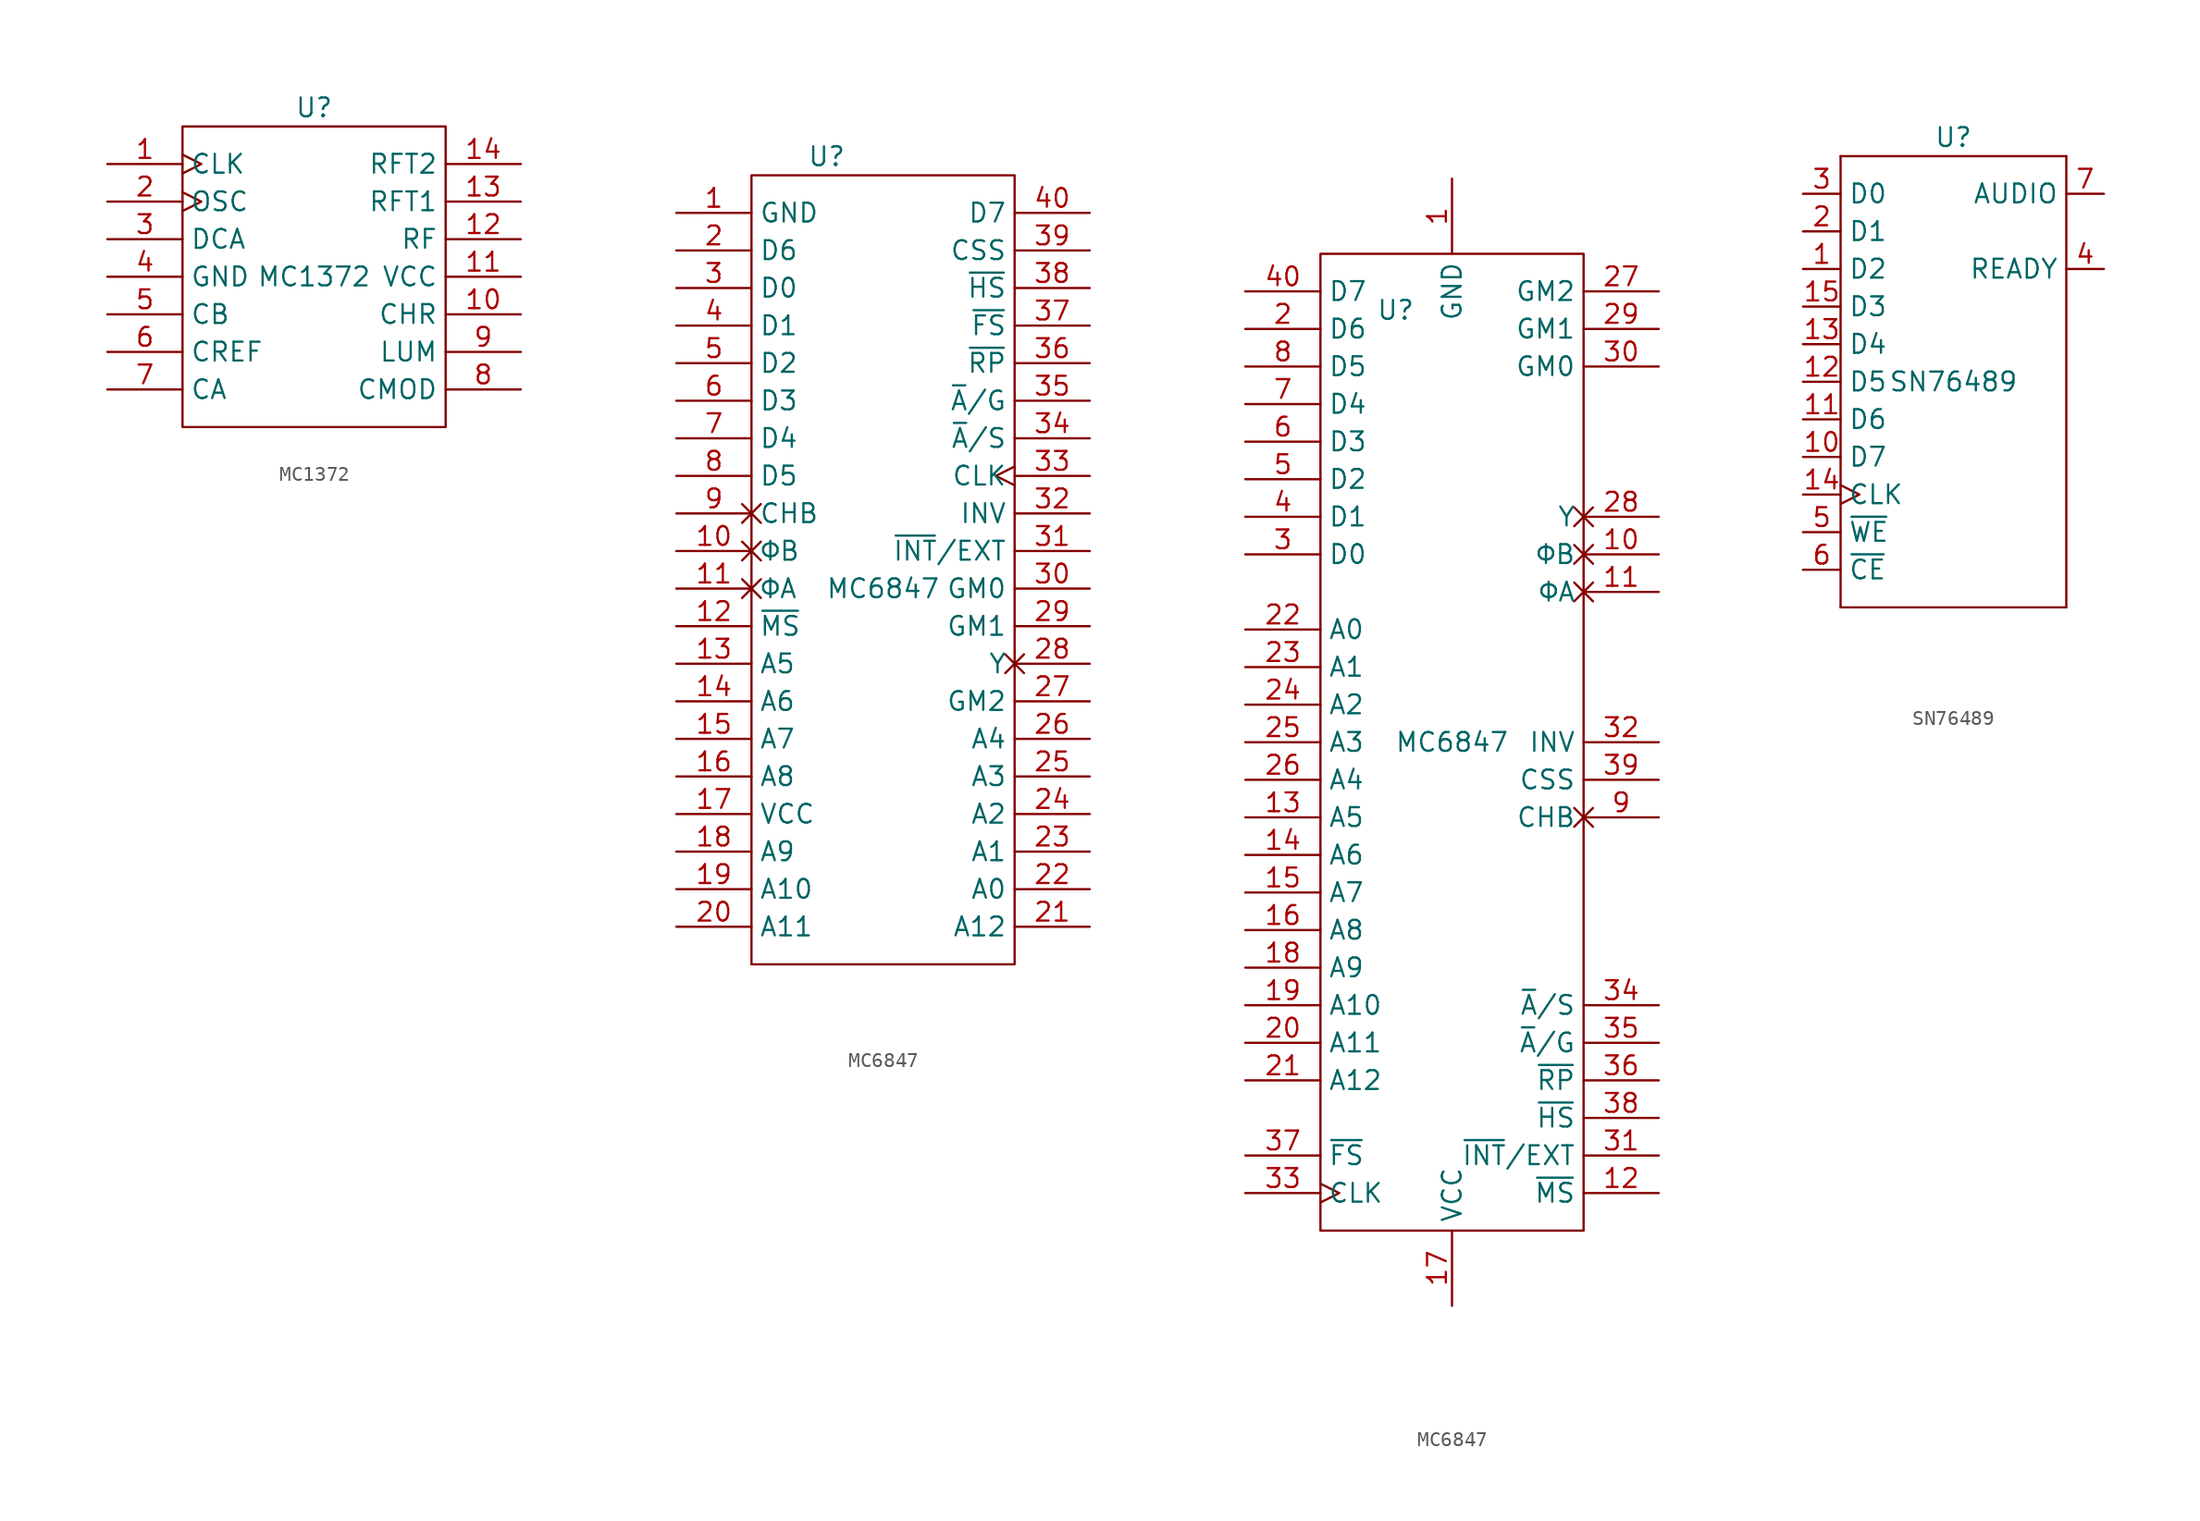
<source format=kicad_sym>
(kicad_symbol_lib
  (version 20211014)
  (generator kicad_symbol_editor)
  (symbol "MC1372"
    (property "Reference" "U"
      (at 0 11.43 0)
      (effects (font (size 1.27 1.27))))
    (property "Value" "MC1372"
      (at 0 0 0)
      (effects (font (size 1.27 1.27))))
    (symbol "MC1372_0_1"
      (rectangle (start -8.89 10.16) (end 8.89 -10.16) (stroke (width 0) (type default) (color 0 0 0 0)) (fill (type none))))
    (symbol "MC1372_1_1"
      (pin output clock (at -13.97 7.62 0) (length 5.08) (name "CLK" (effects (font (size 1.27 1.27)))) (number "1" (effects (font (size 1.27 1.27)))))
      (pin input line (at 13.97 -2.54 180) (length 5.08) (name "CHR" (effects (font (size 1.27 1.27)))) (number "10" (effects (font (size 1.27 1.27)))))
      (pin power_in line (at 13.97 0 180) (length 5.08) (name "VCC" (effects (font (size 1.27 1.27)))) (number "11" (effects (font (size 1.27 1.27)))))
      (pin output line (at 13.97 2.54 180) (length 5.08) (name "RF" (effects (font (size 1.27 1.27)))) (number "12" (effects (font (size 1.27 1.27)))))
      (pin input line (at 13.97 5.08 180) (length 5.08) (name "RFT1" (effects (font (size 1.27 1.27)))) (number "13" (effects (font (size 1.27 1.27)))))
      (pin input line (at 13.97 7.62 180) (length 5.08) (name "RFT2" (effects (font (size 1.27 1.27)))) (number "14" (effects (font (size 1.27 1.27)))))
      (pin input clock (at -13.97 5.08 0) (length 5.08) (name "OSC" (effects (font (size 1.27 1.27)))) (number "2" (effects (font (size 1.27 1.27)))))
      (pin input line (at -13.97 2.54 0) (length 5.08) (name "DCA" (effects (font (size 1.27 1.27)))) (number "3" (effects (font (size 1.27 1.27)))))
      (pin power_in line (at -13.97 0 0) (length 5.08) (name "GND" (effects (font (size 1.27 1.27)))) (number "4" (effects (font (size 1.27 1.27)))))
      (pin input line (at -13.97 -2.54 0) (length 5.08) (name "CB" (effects (font (size 1.27 1.27)))) (number "5" (effects (font (size 1.27 1.27)))))
      (pin input line (at -13.97 -5.08 0) (length 5.08) (name "CREF" (effects (font (size 1.27 1.27)))) (number "6" (effects (font (size 1.27 1.27)))))
      (pin input line (at -13.97 -7.62 0) (length 5.08) (name "CA" (effects (font (size 1.27 1.27)))) (number "7" (effects (font (size 1.27 1.27)))))
      (pin output line (at 13.97 -7.62 180) (length 5.08) (name "CMOD" (effects (font (size 1.27 1.27)))) (number "8" (effects (font (size 1.27 1.27)))))
      (pin input line (at 13.97 -5.08 180) (length 5.08) (name "LUM" (effects (font (size 1.27 1.27)))) (number "9" (effects (font (size 1.27 1.27)))))))
  (symbol "MC6847"
    (property "Reference" "U"
      (at -3.81 27.94 0)
      (effects (font (size 1.27 1.27))))
    (property "Value" "MC6847"
      (at 0 -1.27 0)
      (effects (font (size 1.27 1.27))))
    (symbol "MC6847_0_1"
      (rectangle (start -8.89 26.67) (end 8.89 -26.67) (stroke (width 0) (type default) (color 0 0 0 0)) (fill (type none))))
    (symbol "MC6847_0_2"
      (rectangle (start -8.89 31.75) (end 8.89 -34.29) (stroke (width 0) (type default) (color 0 0 0 0)) (fill (type none))))
    (symbol "MC6847_1_1"
      (pin power_in line (at -13.97 24.13 0) (length 5.08) (name "GND" (effects (font (size 1.27 1.27)))) (number "1" (effects (font (size 1.27 1.27)))))
      (pin output non_logic (at -13.97 1.27 0) (length 5.08) (name "ΦB" (effects (font (size 1.27 1.27)))) (number "10" (effects (font (size 1.27 1.27)))))
      (pin output non_logic (at -13.97 -1.27 0) (length 5.08) (name "ΦA" (effects (font (size 1.27 1.27)))) (number "11" (effects (font (size 1.27 1.27)))))
      (pin input line (at -13.97 -3.81 0) (length 5.08) (name "~{MS}" (effects (font (size 1.27 1.27)))) (number "12" (effects (font (size 1.27 1.27)))))
      (pin output line (at -13.97 -6.35 0) (length 5.08) (name "A5" (effects (font (size 1.27 1.27)))) (number "13" (effects (font (size 1.27 1.27)))))
      (pin output line (at -13.97 -8.89 0) (length 5.08) (name "A6" (effects (font (size 1.27 1.27)))) (number "14" (effects (font (size 1.27 1.27)))))
      (pin output line (at -13.97 -11.43 0) (length 5.08) (name "A7" (effects (font (size 1.27 1.27)))) (number "15" (effects (font (size 1.27 1.27)))))
      (pin output line (at -13.97 -13.97 0) (length 5.08) (name "A8" (effects (font (size 1.27 1.27)))) (number "16" (effects (font (size 1.27 1.27)))))
      (pin power_in line (at -13.97 -16.51 0) (length 5.08) (name "VCC" (effects (font (size 1.27 1.27)))) (number "17" (effects (font (size 1.27 1.27)))))
      (pin output line (at -13.97 -19.05 0) (length 5.08) (name "A9" (effects (font (size 1.27 1.27)))) (number "18" (effects (font (size 1.27 1.27)))))
      (pin output line (at -13.97 -21.59 0) (length 5.08) (name "A10" (effects (font (size 1.27 1.27)))) (number "19" (effects (font (size 1.27 1.27)))))
      (pin input line (at -13.97 21.59 0) (length 5.08) (name "D6" (effects (font (size 1.27 1.27)))) (number "2" (effects (font (size 1.27 1.27)))))
      (pin output line (at -13.97 -24.13 0) (length 5.08) (name "A11" (effects (font (size 1.27 1.27)))) (number "20" (effects (font (size 1.27 1.27)))))
      (pin output line (at 13.97 -24.13 180) (length 5.08) (name "A12" (effects (font (size 1.27 1.27)))) (number "21" (effects (font (size 1.27 1.27)))))
      (pin output line (at 13.97 -21.59 180) (length 5.08) (name "A0" (effects (font (size 1.27 1.27)))) (number "22" (effects (font (size 1.27 1.27)))))
      (pin output line (at 13.97 -19.05 180) (length 5.08) (name "A1" (effects (font (size 1.27 1.27)))) (number "23" (effects (font (size 1.27 1.27)))))
      (pin output line (at 13.97 -16.51 180) (length 5.08) (name "A2" (effects (font (size 1.27 1.27)))) (number "24" (effects (font (size 1.27 1.27)))))
      (pin output line (at 13.97 -13.97 180) (length 5.08) (name "A3" (effects (font (size 1.27 1.27)))) (number "25" (effects (font (size 1.27 1.27)))))
      (pin output line (at 13.97 -11.43 180) (length 5.08) (name "A4" (effects (font (size 1.27 1.27)))) (number "26" (effects (font (size 1.27 1.27)))))
      (pin input line (at 13.97 -8.89 180) (length 5.08) (name "GM2" (effects (font (size 1.27 1.27)))) (number "27" (effects (font (size 1.27 1.27)))))
      (pin output non_logic (at 13.97 -6.35 180) (length 5.08) (name "Y" (effects (font (size 1.27 1.27)))) (number "28" (effects (font (size 1.27 1.27)))))
      (pin input line (at 13.97 -3.81 180) (length 5.08) (name "GM1" (effects (font (size 1.27 1.27)))) (number "29" (effects (font (size 1.27 1.27)))))
      (pin input line (at -13.97 19.05 0) (length 5.08) (name "D0" (effects (font (size 1.27 1.27)))) (number "3" (effects (font (size 1.27 1.27)))))
      (pin input line (at 13.97 -1.27 180) (length 5.08) (name "GM0" (effects (font (size 1.27 1.27)))) (number "30" (effects (font (size 1.27 1.27)))))
      (pin input line (at 13.97 1.27 180) (length 5.08) (name "~{INT}/EXT" (effects (font (size 1.27 1.27)))) (number "31" (effects (font (size 1.27 1.27)))))
      (pin input line (at 13.97 3.81 180) (length 5.08) (name "INV" (effects (font (size 1.27 1.27)))) (number "32" (effects (font (size 1.27 1.27)))))
      (pin input clock (at 13.97 6.35 180) (length 5.08) (name "CLK" (effects (font (size 1.27 1.27)))) (number "33" (effects (font (size 1.27 1.27)))))
      (pin input line (at 13.97 8.89 180) (length 5.08) (name "~{A}/S" (effects (font (size 1.27 1.27)))) (number "34" (effects (font (size 1.27 1.27)))))
      (pin input line (at 13.97 11.43 180) (length 5.08) (name "~{A}/G" (effects (font (size 1.27 1.27)))) (number "35" (effects (font (size 1.27 1.27)))))
      (pin output line (at 13.97 13.97 180) (length 5.08) (name "~{RP}" (effects (font (size 1.27 1.27)))) (number "36" (effects (font (size 1.27 1.27)))))
      (pin output line (at 13.97 16.51 180) (length 5.08) (name "~{FS}" (effects (font (size 1.27 1.27)))) (number "37" (effects (font (size 1.27 1.27)))))
      (pin output line (at 13.97 19.05 180) (length 5.08) (name "~{HS}" (effects (font (size 1.27 1.27)))) (number "38" (effects (font (size 1.27 1.27)))))
      (pin input line (at 13.97 21.59 180) (length 5.08) (name "CSS" (effects (font (size 1.27 1.27)))) (number "39" (effects (font (size 1.27 1.27)))))
      (pin input line (at -13.97 16.51 0) (length 5.08) (name "D1" (effects (font (size 1.27 1.27)))) (number "4" (effects (font (size 1.27 1.27)))))
      (pin input line (at 13.97 24.13 180) (length 5.08) (name "D7" (effects (font (size 1.27 1.27)))) (number "40" (effects (font (size 1.27 1.27)))))
      (pin input line (at -13.97 13.97 0) (length 5.08) (name "D2" (effects (font (size 1.27 1.27)))) (number "5" (effects (font (size 1.27 1.27)))))
      (pin input line (at -13.97 11.43 0) (length 5.08) (name "D3" (effects (font (size 1.27 1.27)))) (number "6" (effects (font (size 1.27 1.27)))))
      (pin input line (at -13.97 8.89 0) (length 5.08) (name "D4" (effects (font (size 1.27 1.27)))) (number "7" (effects (font (size 1.27 1.27)))))
      (pin input line (at -13.97 6.35 0) (length 5.08) (name "D5" (effects (font (size 1.27 1.27)))) (number "8" (effects (font (size 1.27 1.27)))))
      (pin output non_logic (at -13.97 3.81 0) (length 5.08) (name "CHB" (effects (font (size 1.27 1.27)))) (number "9" (effects (font (size 1.27 1.27))))))
    (symbol "MC6847_1_2"
      (pin power_in line (at 0 36.83 270) (length 5.08) (name "GND" (effects (font (size 1.27 1.27)))) (number "1" (effects (font (size 1.27 1.27)))))
      (pin output non_logic (at 13.97 11.43 180) (length 5.08) (name "ΦB" (effects (font (size 1.27 1.27)))) (number "10" (effects (font (size 1.27 1.27)))))
      (pin output non_logic (at 13.97 8.89 180) (length 5.08) (name "ΦA" (effects (font (size 1.27 1.27)))) (number "11" (effects (font (size 1.27 1.27)))))
      (pin input line (at 13.97 -31.75 180) (length 5.08) (name "~{MS}" (effects (font (size 1.27 1.27)))) (number "12" (effects (font (size 1.27 1.27)))))
      (pin output line (at -13.97 -6.35 0) (length 5.08) (name "A5" (effects (font (size 1.27 1.27)))) (number "13" (effects (font (size 1.27 1.27)))))
      (pin output line (at -13.97 -8.89 0) (length 5.08) (name "A6" (effects (font (size 1.27 1.27)))) (number "14" (effects (font (size 1.27 1.27)))))
      (pin output line (at -13.97 -11.43 0) (length 5.08) (name "A7" (effects (font (size 1.27 1.27)))) (number "15" (effects (font (size 1.27 1.27)))))
      (pin output line (at -13.97 -13.97 0) (length 5.08) (name "A8" (effects (font (size 1.27 1.27)))) (number "16" (effects (font (size 1.27 1.27)))))
      (pin power_in line (at 0 -39.37 90) (length 5.08) (name "VCC" (effects (font (size 1.27 1.27)))) (number "17" (effects (font (size 1.27 1.27)))))
      (pin output line (at -13.97 -16.51 0) (length 5.08) (name "A9" (effects (font (size 1.27 1.27)))) (number "18" (effects (font (size 1.27 1.27)))))
      (pin output line (at -13.97 -19.05 0) (length 5.08) (name "A10" (effects (font (size 1.27 1.27)))) (number "19" (effects (font (size 1.27 1.27)))))
      (pin input line (at -13.97 26.67 0) (length 5.08) (name "D6" (effects (font (size 1.27 1.27)))) (number "2" (effects (font (size 1.27 1.27)))))
      (pin output line (at -13.97 -21.59 0) (length 5.08) (name "A11" (effects (font (size 1.27 1.27)))) (number "20" (effects (font (size 1.27 1.27)))))
      (pin output line (at -13.97 -24.13 0) (length 5.08) (name "A12" (effects (font (size 1.27 1.27)))) (number "21" (effects (font (size 1.27 1.27)))))
      (pin output line (at -13.97 6.35 0) (length 5.08) (name "A0" (effects (font (size 1.27 1.27)))) (number "22" (effects (font (size 1.27 1.27)))))
      (pin output line (at -13.97 3.81 0) (length 5.08) (name "A1" (effects (font (size 1.27 1.27)))) (number "23" (effects (font (size 1.27 1.27)))))
      (pin output line (at -13.97 1.27 0) (length 5.08) (name "A2" (effects (font (size 1.27 1.27)))) (number "24" (effects (font (size 1.27 1.27)))))
      (pin output line (at -13.97 -1.27 0) (length 5.08) (name "A3" (effects (font (size 1.27 1.27)))) (number "25" (effects (font (size 1.27 1.27)))))
      (pin output line (at -13.97 -3.81 0) (length 5.08) (name "A4" (effects (font (size 1.27 1.27)))) (number "26" (effects (font (size 1.27 1.27)))))
      (pin input line (at 13.97 29.21 180) (length 5.08) (name "GM2" (effects (font (size 1.27 1.27)))) (number "27" (effects (font (size 1.27 1.27)))))
      (pin output non_logic (at 13.97 13.97 180) (length 5.08) (name "Y" (effects (font (size 1.27 1.27)))) (number "28" (effects (font (size 1.27 1.27)))))
      (pin input line (at 13.97 26.67 180) (length 5.08) (name "GM1" (effects (font (size 1.27 1.27)))) (number "29" (effects (font (size 1.27 1.27)))))
      (pin input line (at -13.97 11.43 0) (length 5.08) (name "D0" (effects (font (size 1.27 1.27)))) (number "3" (effects (font (size 1.27 1.27)))))
      (pin input line (at 13.97 24.13 180) (length 5.08) (name "GM0" (effects (font (size 1.27 1.27)))) (number "30" (effects (font (size 1.27 1.27)))))
      (pin input line (at 13.97 -29.21 180) (length 5.08) (name "~{INT}/EXT" (effects (font (size 1.27 1.27)))) (number "31" (effects (font (size 1.27 1.27)))))
      (pin input line (at 13.97 -1.27 180) (length 5.08) (name "INV" (effects (font (size 1.27 1.27)))) (number "32" (effects (font (size 1.27 1.27)))))
      (pin input clock (at -13.97 -31.75 0) (length 5.08) (name "CLK" (effects (font (size 1.27 1.27)))) (number "33" (effects (font (size 1.27 1.27)))))
      (pin input line (at 13.97 -19.05 180) (length 5.08) (name "~{A}/S" (effects (font (size 1.27 1.27)))) (number "34" (effects (font (size 1.27 1.27)))))
      (pin input line (at 13.97 -21.59 180) (length 5.08) (name "~{A}/G" (effects (font (size 1.27 1.27)))) (number "35" (effects (font (size 1.27 1.27)))))
      (pin output line (at 13.97 -24.13 180) (length 5.08) (name "~{RP}" (effects (font (size 1.27 1.27)))) (number "36" (effects (font (size 1.27 1.27)))))
      (pin output line (at -13.97 -29.21 0) (length 5.08) (name "~{FS}" (effects (font (size 1.27 1.27)))) (number "37" (effects (font (size 1.27 1.27)))))
      (pin output line (at 13.97 -26.67 180) (length 5.08) (name "~{HS}" (effects (font (size 1.27 1.27)))) (number "38" (effects (font (size 1.27 1.27)))))
      (pin input line (at 13.97 -3.81 180) (length 5.08) (name "CSS" (effects (font (size 1.27 1.27)))) (number "39" (effects (font (size 1.27 1.27)))))
      (pin input line (at -13.97 13.97 0) (length 5.08) (name "D1" (effects (font (size 1.27 1.27)))) (number "4" (effects (font (size 1.27 1.27)))))
      (pin input line (at -13.97 29.21 0) (length 5.08) (name "D7" (effects (font (size 1.27 1.27)))) (number "40" (effects (font (size 1.27 1.27)))))
      (pin input line (at -13.97 16.51 0) (length 5.08) (name "D2" (effects (font (size 1.27 1.27)))) (number "5" (effects (font (size 1.27 1.27)))))
      (pin input line (at -13.97 19.05 0) (length 5.08) (name "D3" (effects (font (size 1.27 1.27)))) (number "6" (effects (font (size 1.27 1.27)))))
      (pin input line (at -13.97 21.59 0) (length 5.08) (name "D4" (effects (font (size 1.27 1.27)))) (number "7" (effects (font (size 1.27 1.27)))))
      (pin input line (at -13.97 24.13 0) (length 5.08) (name "D5" (effects (font (size 1.27 1.27)))) (number "8" (effects (font (size 1.27 1.27)))))
      (pin output non_logic (at 13.97 -6.35 180) (length 5.08) (name "CHB" (effects (font (size 1.27 1.27)))) (number "9" (effects (font (size 1.27 1.27)))))))
  (symbol "SN76489"
    (property "Reference" "U"
      (at 0 16.51 0)
      (effects (font (size 1.27 1.27))))
    (property "Value" "SN76489"
      (at 0 0 0)
      (effects (font (size 1.27 1.27))))
    (symbol "SN76489_0_1"
      (polyline (pts (xy -7.62 15.24) (xy -7.62 -15.24)) (stroke (width 0) (type default) (color 0 0 0 0)) (fill (type none)))
      (polyline (pts (xy -7.62 15.24) (xy 7.62 15.24)) (stroke (width 0) (type default) (color 0 0 0 0)) (fill (type none)))
      (polyline (pts (xy 7.62 -15.24) (xy -7.62 -15.24)) (stroke (width 0) (type default) (color 0 0 0 0)) (fill (type none)))
      (polyline (pts (xy 7.62 15.24) (xy 7.62 -15.24)) (stroke (width 0) (type default) (color 0 0 0 0)) (fill (type none))))
    (symbol "SN76489_1_1"
      (pin input line (at -10.16 7.62 0) (length 2.54) (name "D2" (effects (font (size 1.27 1.27)))) (number "1" (effects (font (size 1.27 1.27)))))
      (pin input line (at -10.16 -5.08 0) (length 2.54) (name "D7" (effects (font (size 1.27 1.27)))) (number "10" (effects (font (size 1.27 1.27)))))
      (pin input line (at -10.16 -2.54 0) (length 2.54) (name "D6" (effects (font (size 1.27 1.27)))) (number "11" (effects (font (size 1.27 1.27)))))
      (pin input line (at -10.16 0 0) (length 2.54) (name "D5" (effects (font (size 1.27 1.27)))) (number "12" (effects (font (size 1.27 1.27)))))
      (pin input line (at -10.16 2.54 0) (length 2.54) (name "D4" (effects (font (size 1.27 1.27)))) (number "13" (effects (font (size 1.27 1.27)))))
      (pin input clock (at -10.16 -7.62 0) (length 2.54) (name "CLK" (effects (font (size 1.27 1.27)))) (number "14" (effects (font (size 1.27 1.27)))))
      (pin input line (at -10.16 5.08 0) (length 2.54) (name "D3" (effects (font (size 1.27 1.27)))) (number "15" (effects (font (size 1.27 1.27)))))
      (pin power_in line (at 0 17.78 270) (length 2.54) hide (name "VCC" (effects (font (size 1.27 1.27)))) (number "16" (effects (font (size 1.27 1.27)))))
      (pin input line (at -10.16 10.16 0) (length 2.54) (name "D1" (effects (font (size 1.27 1.27)))) (number "2" (effects (font (size 1.27 1.27)))))
      (pin input line (at -10.16 12.7 0) (length 2.54) (name "D0" (effects (font (size 1.27 1.27)))) (number "3" (effects (font (size 1.27 1.27)))))
      (pin output line (at 10.16 7.62 180) (length 2.54) (name "READY" (effects (font (size 1.27 1.27)))) (number "4" (effects (font (size 1.27 1.27)))))
      (pin input line (at -10.16 -10.16 0) (length 2.54) (name "~{WE}" (effects (font (size 1.27 1.27)))) (number "5" (effects (font (size 1.27 1.27)))))
      (pin input line (at -10.16 -12.7 0) (length 2.54) (name "~{CE}" (effects (font (size 1.27 1.27)))) (number "6" (effects (font (size 1.27 1.27)))))
      (pin output line (at 10.16 12.7 180) (length 2.54) (name "AUDIO" (effects (font (size 1.27 1.27)))) (number "7" (effects (font (size 1.27 1.27)))))
      (pin power_in line (at 0 -17.78 90) (length 2.54) hide (name "GND" (effects (font (size 1.27 1.27)))) (number "8" (effects (font (size 1.27 1.27)))))
      (pin no_connect line (at 10.16 -12.7 180) (length 2.54) hide (name "NC" (effects (font (size 1.27 1.27)))) (number "9" (effects (font (size 1.27 1.27))))))))
</source>
